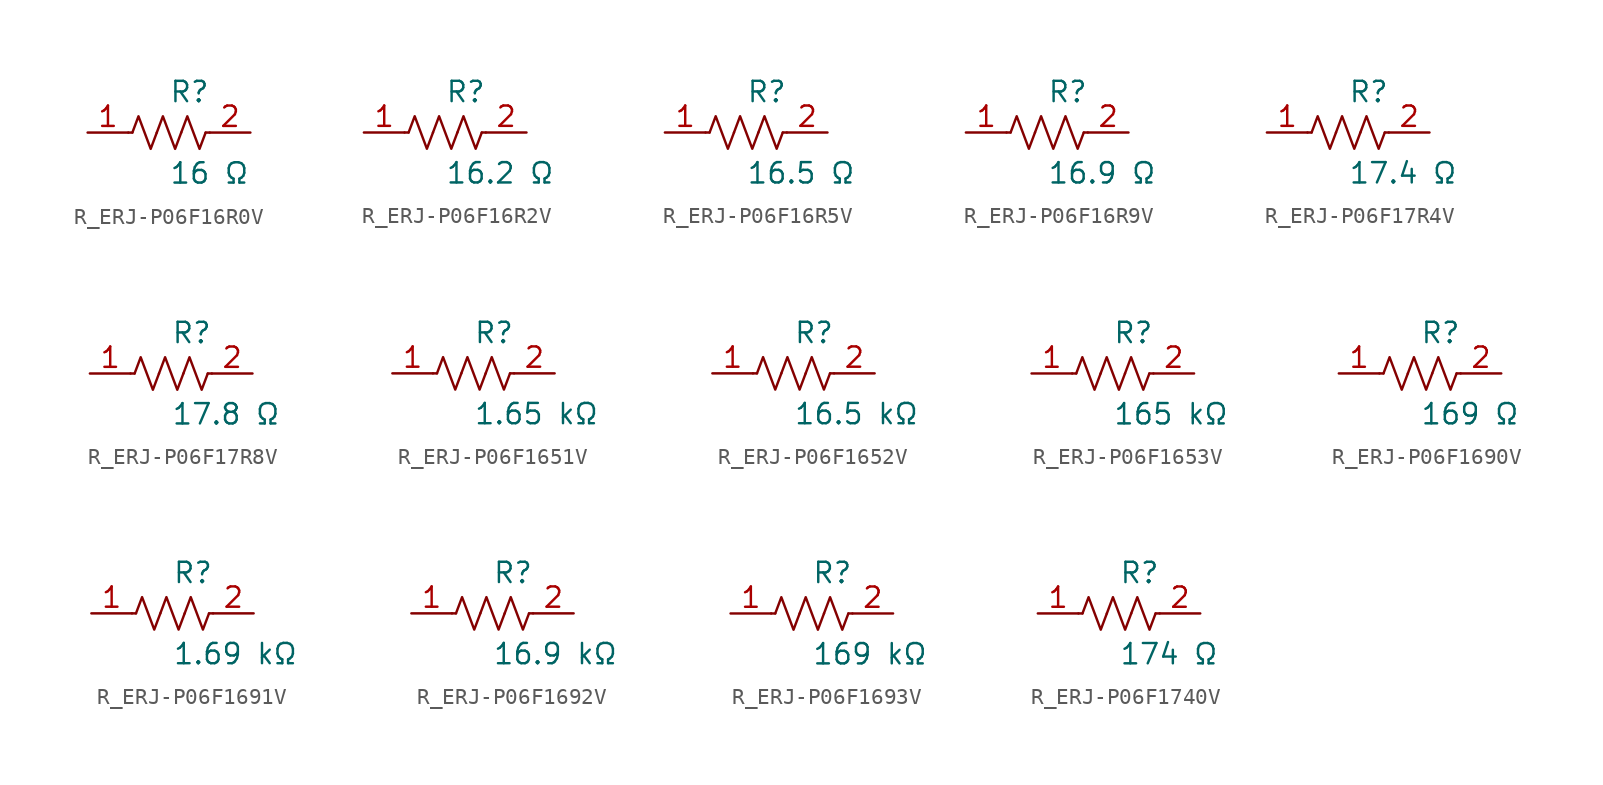
<source format=kicad_sym>
(kicad_symbol_lib
  (version 20231120)
  (generator kicad_symbol_editor)
  (generator_version 8.0)
  (symbol "R_ERJ-P06F16R0V"
    (pin_names
      (offset 0.254))
    (property "Reference" "R"
      (at 0 2.54 0)
      (effects (font (size 1.27 1.27)) (justify left)))
    (property "Value" "16 Ω"
      (at 0 -2.54 0)
      (effects (font (size 1.27 1.27)) (justify left)))
    (symbol "R_ERJ-P06F16R0V_0_1"
      (polyline (pts (xy 2.286 0) (xy 2.54 0)) (stroke (width 0) (type default)) (fill (type none)))
      (polyline (pts (xy -2.286 0) (xy -2.54 0)) (stroke (width 0) (type default)) (fill (type none)))
      (polyline (pts (xy 0.762 0) (xy 1.143 1.016) (xy 1.524 0) (xy 1.905 -1.016) (xy 2.286 0)) (stroke (width 0) (type default)) (fill (type none)))
      (polyline (pts (xy -0.762 0) (xy -0.381 1.016) (xy 0 0) (xy 0.381 -1.016) (xy 0.762 0)) (stroke (width 0) (type default)) (fill (type none)))
      (polyline (pts (xy -2.286 0) (xy -1.905 1.016) (xy -1.524 0) (xy -1.143 -1.016) (xy -0.762 0)) (stroke (width 0) (type default)) (fill (type none))))
    (pin passive line
      (at -5.08 0 0)
      (length 2.54)
      (name "" (effects (font (size 1.27 1.27))))
      (number "1" (effects (font (size 1.27 1.27)))))
    (pin passive line
      (at 5.08 0 180)
      (length 2.54)
      (name "" (effects (font (size 1.27 1.27))))
      (number "2" (effects (font (size 1.27 1.27))))))
  (symbol "R_ERJ-P06F16R2V"
    (pin_names
      (offset 0.254))
    (property "Reference" "R"
      (at 0 2.54 0)
      (effects (font (size 1.27 1.27)) (justify left)))
    (property "Value" "16.2 Ω"
      (at 0 -2.54 0)
      (effects (font (size 1.27 1.27)) (justify left)))
    (symbol "R_ERJ-P06F16R2V_0_1"
      (polyline (pts (xy 2.286 0) (xy 2.54 0)) (stroke (width 0) (type default)) (fill (type none)))
      (polyline (pts (xy -2.286 0) (xy -2.54 0)) (stroke (width 0) (type default)) (fill (type none)))
      (polyline (pts (xy 0.762 0) (xy 1.143 1.016) (xy 1.524 0) (xy 1.905 -1.016) (xy 2.286 0)) (stroke (width 0) (type default)) (fill (type none)))
      (polyline (pts (xy -0.762 0) (xy -0.381 1.016) (xy 0 0) (xy 0.381 -1.016) (xy 0.762 0)) (stroke (width 0) (type default)) (fill (type none)))
      (polyline (pts (xy -2.286 0) (xy -1.905 1.016) (xy -1.524 0) (xy -1.143 -1.016) (xy -0.762 0)) (stroke (width 0) (type default)) (fill (type none))))
    (pin passive line
      (at -5.08 0 0)
      (length 2.54)
      (name "" (effects (font (size 1.27 1.27))))
      (number "1" (effects (font (size 1.27 1.27)))))
    (pin passive line
      (at 5.08 0 180)
      (length 2.54)
      (name "" (effects (font (size 1.27 1.27))))
      (number "2" (effects (font (size 1.27 1.27))))))
  (symbol "R_ERJ-P06F16R5V"
    (pin_names
      (offset 0.254))
    (property "Reference" "R"
      (at 0 2.54 0)
      (effects (font (size 1.27 1.27)) (justify left)))
    (property "Value" "16.5 Ω"
      (at 0 -2.54 0)
      (effects (font (size 1.27 1.27)) (justify left)))
    (symbol "R_ERJ-P06F16R5V_0_1"
      (polyline (pts (xy 2.286 0) (xy 2.54 0)) (stroke (width 0) (type default)) (fill (type none)))
      (polyline (pts (xy -2.286 0) (xy -2.54 0)) (stroke (width 0) (type default)) (fill (type none)))
      (polyline (pts (xy 0.762 0) (xy 1.143 1.016) (xy 1.524 0) (xy 1.905 -1.016) (xy 2.286 0)) (stroke (width 0) (type default)) (fill (type none)))
      (polyline (pts (xy -0.762 0) (xy -0.381 1.016) (xy 0 0) (xy 0.381 -1.016) (xy 0.762 0)) (stroke (width 0) (type default)) (fill (type none)))
      (polyline (pts (xy -2.286 0) (xy -1.905 1.016) (xy -1.524 0) (xy -1.143 -1.016) (xy -0.762 0)) (stroke (width 0) (type default)) (fill (type none))))
    (pin passive line
      (at -5.08 0 0)
      (length 2.54)
      (name "" (effects (font (size 1.27 1.27))))
      (number "1" (effects (font (size 1.27 1.27)))))
    (pin passive line
      (at 5.08 0 180)
      (length 2.54)
      (name "" (effects (font (size 1.27 1.27))))
      (number "2" (effects (font (size 1.27 1.27))))))
  (symbol "R_ERJ-P06F16R9V"
    (pin_names
      (offset 0.254))
    (property "Reference" "R"
      (at 0 2.54 0)
      (effects (font (size 1.27 1.27)) (justify left)))
    (property "Value" "16.9 Ω"
      (at 0 -2.54 0)
      (effects (font (size 1.27 1.27)) (justify left)))
    (symbol "R_ERJ-P06F16R9V_0_1"
      (polyline (pts (xy 2.286 0) (xy 2.54 0)) (stroke (width 0) (type default)) (fill (type none)))
      (polyline (pts (xy -2.286 0) (xy -2.54 0)) (stroke (width 0) (type default)) (fill (type none)))
      (polyline (pts (xy 0.762 0) (xy 1.143 1.016) (xy 1.524 0) (xy 1.905 -1.016) (xy 2.286 0)) (stroke (width 0) (type default)) (fill (type none)))
      (polyline (pts (xy -0.762 0) (xy -0.381 1.016) (xy 0 0) (xy 0.381 -1.016) (xy 0.762 0)) (stroke (width 0) (type default)) (fill (type none)))
      (polyline (pts (xy -2.286 0) (xy -1.905 1.016) (xy -1.524 0) (xy -1.143 -1.016) (xy -0.762 0)) (stroke (width 0) (type default)) (fill (type none))))
    (pin passive line
      (at -5.08 0 0)
      (length 2.54)
      (name "" (effects (font (size 1.27 1.27))))
      (number "1" (effects (font (size 1.27 1.27)))))
    (pin passive line
      (at 5.08 0 180)
      (length 2.54)
      (name "" (effects (font (size 1.27 1.27))))
      (number "2" (effects (font (size 1.27 1.27))))))
  (symbol "R_ERJ-P06F17R4V"
    (pin_names
      (offset 0.254))
    (property "Reference" "R"
      (at 0 2.54 0)
      (effects (font (size 1.27 1.27)) (justify left)))
    (property "Value" "17.4 Ω"
      (at 0 -2.54 0)
      (effects (font (size 1.27 1.27)) (justify left)))
    (symbol "R_ERJ-P06F17R4V_0_1"
      (polyline (pts (xy 2.286 0) (xy 2.54 0)) (stroke (width 0) (type default)) (fill (type none)))
      (polyline (pts (xy -2.286 0) (xy -2.54 0)) (stroke (width 0) (type default)) (fill (type none)))
      (polyline (pts (xy 0.762 0) (xy 1.143 1.016) (xy 1.524 0) (xy 1.905 -1.016) (xy 2.286 0)) (stroke (width 0) (type default)) (fill (type none)))
      (polyline (pts (xy -0.762 0) (xy -0.381 1.016) (xy 0 0) (xy 0.381 -1.016) (xy 0.762 0)) (stroke (width 0) (type default)) (fill (type none)))
      (polyline (pts (xy -2.286 0) (xy -1.905 1.016) (xy -1.524 0) (xy -1.143 -1.016) (xy -0.762 0)) (stroke (width 0) (type default)) (fill (type none))))
    (pin passive line
      (at -5.08 0 0)
      (length 2.54)
      (name "" (effects (font (size 1.27 1.27))))
      (number "1" (effects (font (size 1.27 1.27)))))
    (pin passive line
      (at 5.08 0 180)
      (length 2.54)
      (name "" (effects (font (size 1.27 1.27))))
      (number "2" (effects (font (size 1.27 1.27))))))
  (symbol "R_ERJ-P06F17R8V"
    (pin_names
      (offset 0.254))
    (property "Reference" "R"
      (at 0 2.54 0)
      (effects (font (size 1.27 1.27)) (justify left)))
    (property "Value" "17.8 Ω"
      (at 0 -2.54 0)
      (effects (font (size 1.27 1.27)) (justify left)))
    (symbol "R_ERJ-P06F17R8V_0_1"
      (polyline (pts (xy 2.286 0) (xy 2.54 0)) (stroke (width 0) (type default)) (fill (type none)))
      (polyline (pts (xy -2.286 0) (xy -2.54 0)) (stroke (width 0) (type default)) (fill (type none)))
      (polyline (pts (xy 0.762 0) (xy 1.143 1.016) (xy 1.524 0) (xy 1.905 -1.016) (xy 2.286 0)) (stroke (width 0) (type default)) (fill (type none)))
      (polyline (pts (xy -0.762 0) (xy -0.381 1.016) (xy 0 0) (xy 0.381 -1.016) (xy 0.762 0)) (stroke (width 0) (type default)) (fill (type none)))
      (polyline (pts (xy -2.286 0) (xy -1.905 1.016) (xy -1.524 0) (xy -1.143 -1.016) (xy -0.762 0)) (stroke (width 0) (type default)) (fill (type none))))
    (pin passive line
      (at -5.08 0 0)
      (length 2.54)
      (name "" (effects (font (size 1.27 1.27))))
      (number "1" (effects (font (size 1.27 1.27)))))
    (pin passive line
      (at 5.08 0 180)
      (length 2.54)
      (name "" (effects (font (size 1.27 1.27))))
      (number "2" (effects (font (size 1.27 1.27))))))
  (symbol "R_ERJ-P06F1651V"
    (pin_names
      (offset 0.254))
    (property "Reference" "R"
      (at 0 2.54 0)
      (effects (font (size 1.27 1.27)) (justify left)))
    (property "Value" "1.65 kΩ"
      (at 0 -2.54 0)
      (effects (font (size 1.27 1.27)) (justify left)))
    (symbol "R_ERJ-P06F1651V_0_1"
      (polyline (pts (xy 2.286 0) (xy 2.54 0)) (stroke (width 0) (type default)) (fill (type none)))
      (polyline (pts (xy -2.286 0) (xy -2.54 0)) (stroke (width 0) (type default)) (fill (type none)))
      (polyline (pts (xy 0.762 0) (xy 1.143 1.016) (xy 1.524 0) (xy 1.905 -1.016) (xy 2.286 0)) (stroke (width 0) (type default)) (fill (type none)))
      (polyline (pts (xy -0.762 0) (xy -0.381 1.016) (xy 0 0) (xy 0.381 -1.016) (xy 0.762 0)) (stroke (width 0) (type default)) (fill (type none)))
      (polyline (pts (xy -2.286 0) (xy -1.905 1.016) (xy -1.524 0) (xy -1.143 -1.016) (xy -0.762 0)) (stroke (width 0) (type default)) (fill (type none))))
    (pin passive line
      (at -5.08 0 0)
      (length 2.54)
      (name "" (effects (font (size 1.27 1.27))))
      (number "1" (effects (font (size 1.27 1.27)))))
    (pin passive line
      (at 5.08 0 180)
      (length 2.54)
      (name "" (effects (font (size 1.27 1.27))))
      (number "2" (effects (font (size 1.27 1.27))))))
  (symbol "R_ERJ-P06F1652V"
    (pin_names
      (offset 0.254))
    (property "Reference" "R"
      (at 0 2.54 0)
      (effects (font (size 1.27 1.27)) (justify left)))
    (property "Value" "16.5 kΩ"
      (at 0 -2.54 0)
      (effects (font (size 1.27 1.27)) (justify left)))
    (symbol "R_ERJ-P06F1652V_0_1"
      (polyline (pts (xy 2.286 0) (xy 2.54 0)) (stroke (width 0) (type default)) (fill (type none)))
      (polyline (pts (xy -2.286 0) (xy -2.54 0)) (stroke (width 0) (type default)) (fill (type none)))
      (polyline (pts (xy 0.762 0) (xy 1.143 1.016) (xy 1.524 0) (xy 1.905 -1.016) (xy 2.286 0)) (stroke (width 0) (type default)) (fill (type none)))
      (polyline (pts (xy -0.762 0) (xy -0.381 1.016) (xy 0 0) (xy 0.381 -1.016) (xy 0.762 0)) (stroke (width 0) (type default)) (fill (type none)))
      (polyline (pts (xy -2.286 0) (xy -1.905 1.016) (xy -1.524 0) (xy -1.143 -1.016) (xy -0.762 0)) (stroke (width 0) (type default)) (fill (type none))))
    (pin passive line
      (at -5.08 0 0)
      (length 2.54)
      (name "" (effects (font (size 1.27 1.27))))
      (number "1" (effects (font (size 1.27 1.27)))))
    (pin passive line
      (at 5.08 0 180)
      (length 2.54)
      (name "" (effects (font (size 1.27 1.27))))
      (number "2" (effects (font (size 1.27 1.27))))))
  (symbol "R_ERJ-P06F1653V"
    (pin_names
      (offset 0.254))
    (property "Reference" "R"
      (at 0 2.54 0)
      (effects (font (size 1.27 1.27)) (justify left)))
    (property "Value" "165 kΩ"
      (at 0 -2.54 0)
      (effects (font (size 1.27 1.27)) (justify left)))
    (symbol "R_ERJ-P06F1653V_0_1"
      (polyline (pts (xy 2.286 0) (xy 2.54 0)) (stroke (width 0) (type default)) (fill (type none)))
      (polyline (pts (xy -2.286 0) (xy -2.54 0)) (stroke (width 0) (type default)) (fill (type none)))
      (polyline (pts (xy 0.762 0) (xy 1.143 1.016) (xy 1.524 0) (xy 1.905 -1.016) (xy 2.286 0)) (stroke (width 0) (type default)) (fill (type none)))
      (polyline (pts (xy -0.762 0) (xy -0.381 1.016) (xy 0 0) (xy 0.381 -1.016) (xy 0.762 0)) (stroke (width 0) (type default)) (fill (type none)))
      (polyline (pts (xy -2.286 0) (xy -1.905 1.016) (xy -1.524 0) (xy -1.143 -1.016) (xy -0.762 0)) (stroke (width 0) (type default)) (fill (type none))))
    (pin passive line
      (at -5.08 0 0)
      (length 2.54)
      (name "" (effects (font (size 1.27 1.27))))
      (number "1" (effects (font (size 1.27 1.27)))))
    (pin passive line
      (at 5.08 0 180)
      (length 2.54)
      (name "" (effects (font (size 1.27 1.27))))
      (number "2" (effects (font (size 1.27 1.27))))))
  (symbol "R_ERJ-P06F1690V"
    (pin_names
      (offset 0.254))
    (property "Reference" "R"
      (at 0 2.54 0)
      (effects (font (size 1.27 1.27)) (justify left)))
    (property "Value" "169 Ω"
      (at 0 -2.54 0)
      (effects (font (size 1.27 1.27)) (justify left)))
    (symbol "R_ERJ-P06F1690V_0_1"
      (polyline (pts (xy 2.286 0) (xy 2.54 0)) (stroke (width 0) (type default)) (fill (type none)))
      (polyline (pts (xy -2.286 0) (xy -2.54 0)) (stroke (width 0) (type default)) (fill (type none)))
      (polyline (pts (xy 0.762 0) (xy 1.143 1.016) (xy 1.524 0) (xy 1.905 -1.016) (xy 2.286 0)) (stroke (width 0) (type default)) (fill (type none)))
      (polyline (pts (xy -0.762 0) (xy -0.381 1.016) (xy 0 0) (xy 0.381 -1.016) (xy 0.762 0)) (stroke (width 0) (type default)) (fill (type none)))
      (polyline (pts (xy -2.286 0) (xy -1.905 1.016) (xy -1.524 0) (xy -1.143 -1.016) (xy -0.762 0)) (stroke (width 0) (type default)) (fill (type none))))
    (pin passive line
      (at -5.08 0 0)
      (length 2.54)
      (name "" (effects (font (size 1.27 1.27))))
      (number "1" (effects (font (size 1.27 1.27)))))
    (pin passive line
      (at 5.08 0 180)
      (length 2.54)
      (name "" (effects (font (size 1.27 1.27))))
      (number "2" (effects (font (size 1.27 1.27))))))
  (symbol "R_ERJ-P06F1691V"
    (pin_names
      (offset 0.254))
    (property "Reference" "R"
      (at 0 2.54 0)
      (effects (font (size 1.27 1.27)) (justify left)))
    (property "Value" "1.69 kΩ"
      (at 0 -2.54 0)
      (effects (font (size 1.27 1.27)) (justify left)))
    (symbol "R_ERJ-P06F1691V_0_1"
      (polyline (pts (xy 2.286 0) (xy 2.54 0)) (stroke (width 0) (type default)) (fill (type none)))
      (polyline (pts (xy -2.286 0) (xy -2.54 0)) (stroke (width 0) (type default)) (fill (type none)))
      (polyline (pts (xy 0.762 0) (xy 1.143 1.016) (xy 1.524 0) (xy 1.905 -1.016) (xy 2.286 0)) (stroke (width 0) (type default)) (fill (type none)))
      (polyline (pts (xy -0.762 0) (xy -0.381 1.016) (xy 0 0) (xy 0.381 -1.016) (xy 0.762 0)) (stroke (width 0) (type default)) (fill (type none)))
      (polyline (pts (xy -2.286 0) (xy -1.905 1.016) (xy -1.524 0) (xy -1.143 -1.016) (xy -0.762 0)) (stroke (width 0) (type default)) (fill (type none))))
    (pin passive line
      (at -5.08 0 0)
      (length 2.54)
      (name "" (effects (font (size 1.27 1.27))))
      (number "1" (effects (font (size 1.27 1.27)))))
    (pin passive line
      (at 5.08 0 180)
      (length 2.54)
      (name "" (effects (font (size 1.27 1.27))))
      (number "2" (effects (font (size 1.27 1.27))))))
  (symbol "R_ERJ-P06F1692V"
    (pin_names
      (offset 0.254))
    (property "Reference" "R"
      (at 0 2.54 0)
      (effects (font (size 1.27 1.27)) (justify left)))
    (property "Value" "16.9 kΩ"
      (at 0 -2.54 0)
      (effects (font (size 1.27 1.27)) (justify left)))
    (symbol "R_ERJ-P06F1692V_0_1"
      (polyline (pts (xy 2.286 0) (xy 2.54 0)) (stroke (width 0) (type default)) (fill (type none)))
      (polyline (pts (xy -2.286 0) (xy -2.54 0)) (stroke (width 0) (type default)) (fill (type none)))
      (polyline (pts (xy 0.762 0) (xy 1.143 1.016) (xy 1.524 0) (xy 1.905 -1.016) (xy 2.286 0)) (stroke (width 0) (type default)) (fill (type none)))
      (polyline (pts (xy -0.762 0) (xy -0.381 1.016) (xy 0 0) (xy 0.381 -1.016) (xy 0.762 0)) (stroke (width 0) (type default)) (fill (type none)))
      (polyline (pts (xy -2.286 0) (xy -1.905 1.016) (xy -1.524 0) (xy -1.143 -1.016) (xy -0.762 0)) (stroke (width 0) (type default)) (fill (type none))))
    (pin passive line
      (at -5.08 0 0)
      (length 2.54)
      (name "" (effects (font (size 1.27 1.27))))
      (number "1" (effects (font (size 1.27 1.27)))))
    (pin passive line
      (at 5.08 0 180)
      (length 2.54)
      (name "" (effects (font (size 1.27 1.27))))
      (number "2" (effects (font (size 1.27 1.27))))))
  (symbol "R_ERJ-P06F1693V"
    (pin_names
      (offset 0.254))
    (property "Reference" "R"
      (at 0 2.54 0)
      (effects (font (size 1.27 1.27)) (justify left)))
    (property "Value" "169 kΩ"
      (at 0 -2.54 0)
      (effects (font (size 1.27 1.27)) (justify left)))
    (symbol "R_ERJ-P06F1693V_0_1"
      (polyline (pts (xy 2.286 0) (xy 2.54 0)) (stroke (width 0) (type default)) (fill (type none)))
      (polyline (pts (xy -2.286 0) (xy -2.54 0)) (stroke (width 0) (type default)) (fill (type none)))
      (polyline (pts (xy 0.762 0) (xy 1.143 1.016) (xy 1.524 0) (xy 1.905 -1.016) (xy 2.286 0)) (stroke (width 0) (type default)) (fill (type none)))
      (polyline (pts (xy -0.762 0) (xy -0.381 1.016) (xy 0 0) (xy 0.381 -1.016) (xy 0.762 0)) (stroke (width 0) (type default)) (fill (type none)))
      (polyline (pts (xy -2.286 0) (xy -1.905 1.016) (xy -1.524 0) (xy -1.143 -1.016) (xy -0.762 0)) (stroke (width 0) (type default)) (fill (type none))))
    (pin passive line
      (at -5.08 0 0)
      (length 2.54)
      (name "" (effects (font (size 1.27 1.27))))
      (number "1" (effects (font (size 1.27 1.27)))))
    (pin passive line
      (at 5.08 0 180)
      (length 2.54)
      (name "" (effects (font (size 1.27 1.27))))
      (number "2" (effects (font (size 1.27 1.27))))))
  (symbol "R_ERJ-P06F1740V"
    (pin_names
      (offset 0.254))
    (property "Reference" "R"
      (at 0 2.54 0)
      (effects (font (size 1.27 1.27)) (justify left)))
    (property "Value" "174 Ω"
      (at 0 -2.54 0)
      (effects (font (size 1.27 1.27)) (justify left)))
    (symbol "R_ERJ-P06F1740V_0_1"
      (polyline (pts (xy 2.286 0) (xy 2.54 0)) (stroke (width 0) (type default)) (fill (type none)))
      (polyline (pts (xy -2.286 0) (xy -2.54 0)) (stroke (width 0) (type default)) (fill (type none)))
      (polyline (pts (xy 0.762 0) (xy 1.143 1.016) (xy 1.524 0) (xy 1.905 -1.016) (xy 2.286 0)) (stroke (width 0) (type default)) (fill (type none)))
      (polyline (pts (xy -0.762 0) (xy -0.381 1.016) (xy 0 0) (xy 0.381 -1.016) (xy 0.762 0)) (stroke (width 0) (type default)) (fill (type none)))
      (polyline (pts (xy -2.286 0) (xy -1.905 1.016) (xy -1.524 0) (xy -1.143 -1.016) (xy -0.762 0)) (stroke (width 0) (type default)) (fill (type none))))
    (pin passive line
      (at -5.08 0 0)
      (length 2.54)
      (name "" (effects (font (size 1.27 1.27))))
      (number "1" (effects (font (size 1.27 1.27)))))
    (pin passive line
      (at 5.08 0 180)
      (length 2.54)
      (name "" (effects (font (size 1.27 1.27))))
      (number "2" (effects (font (size 1.27 1.27)))))))
</source>
